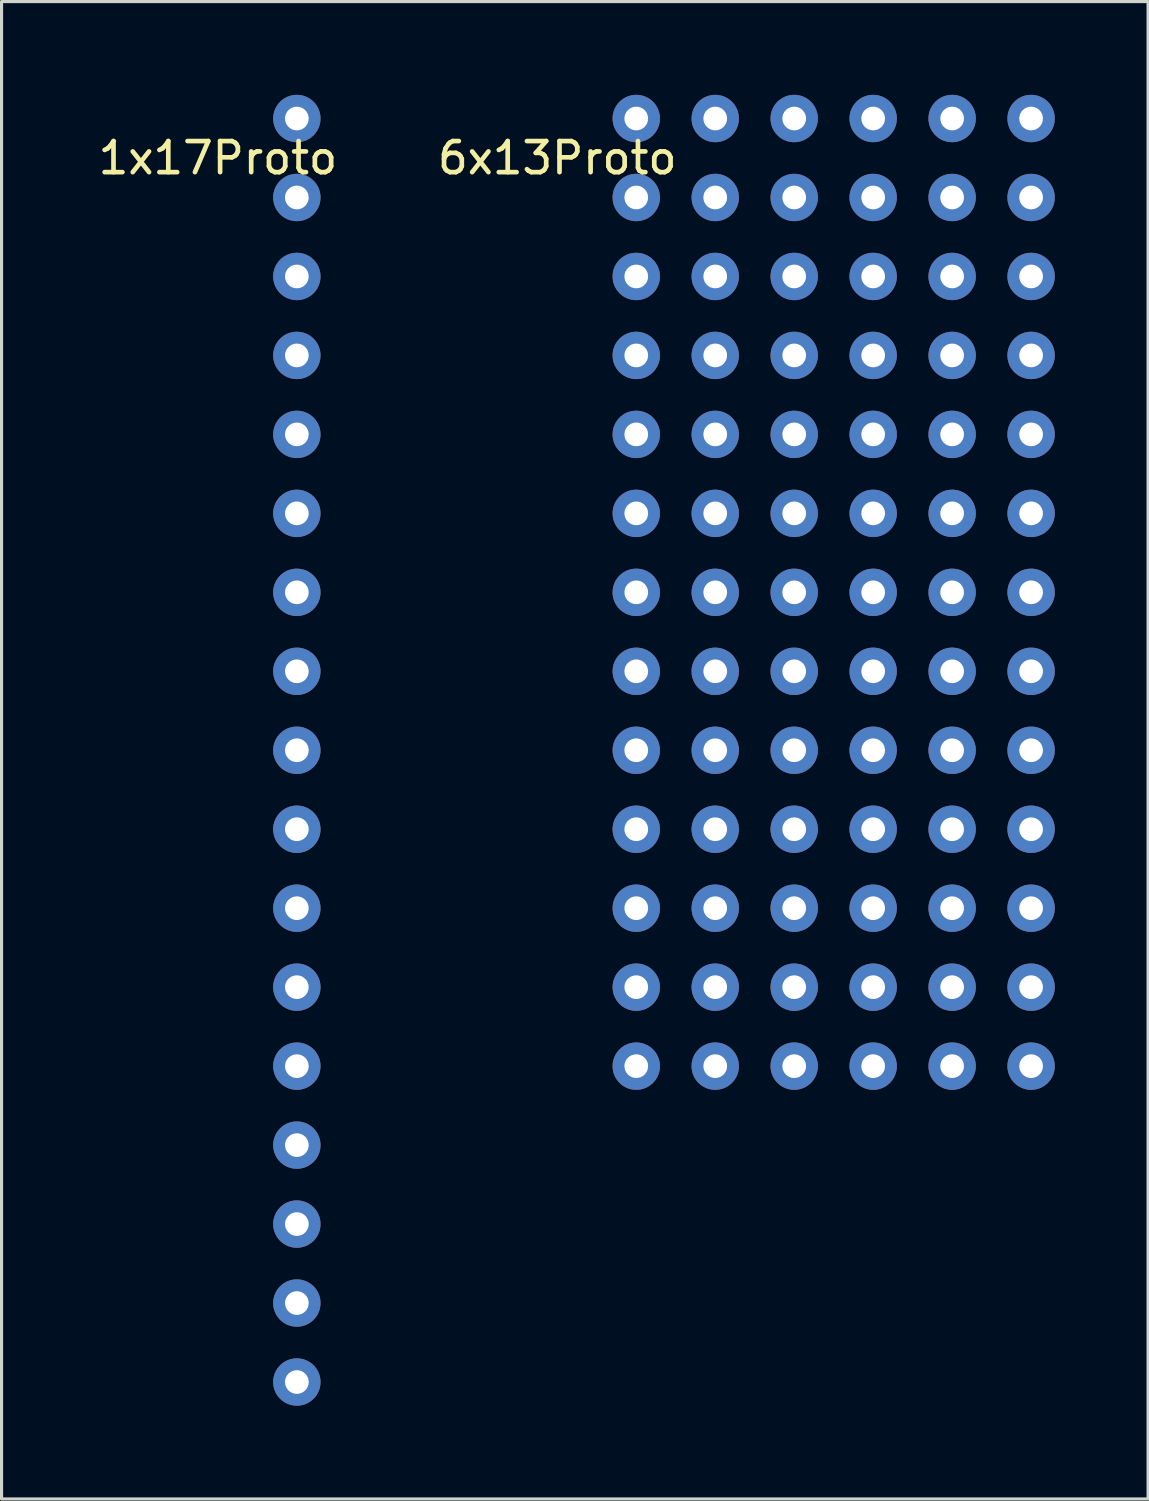
<source format=kicad_pcb>
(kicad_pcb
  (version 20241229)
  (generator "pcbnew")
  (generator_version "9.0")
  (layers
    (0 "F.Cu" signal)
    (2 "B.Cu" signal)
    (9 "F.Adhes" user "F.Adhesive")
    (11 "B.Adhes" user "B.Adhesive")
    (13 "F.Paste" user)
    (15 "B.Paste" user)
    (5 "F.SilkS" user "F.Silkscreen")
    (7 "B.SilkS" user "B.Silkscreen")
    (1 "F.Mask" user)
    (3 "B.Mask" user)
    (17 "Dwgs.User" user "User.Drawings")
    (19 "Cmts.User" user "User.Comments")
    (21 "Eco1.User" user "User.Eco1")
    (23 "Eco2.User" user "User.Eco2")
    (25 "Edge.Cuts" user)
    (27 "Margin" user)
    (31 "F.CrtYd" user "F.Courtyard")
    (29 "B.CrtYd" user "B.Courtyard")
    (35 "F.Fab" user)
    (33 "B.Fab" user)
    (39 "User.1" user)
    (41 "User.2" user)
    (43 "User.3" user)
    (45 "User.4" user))
  (footprint "6x13Proto"
    (layer "F.Cu")
    (at 17.415 0.762)
    (property "Reference" "6x13Proto" (at -2.54 1.27 0) (layer "F.SilkS") (effects (font (size 1 1) (thickness 0.15))))
    (attr through_hole)
    (pad "1" thru_hole circle (at 0 0) (size 1.524 1.524) (drill 0.762) (layers "*.Cu" "*.Mask"))
    (pad "2" thru_hole circle (at 2.54 0) (size 1.524 1.524) (drill 0.762) (layers "*.Cu" "*.Mask"))
    (pad "3" thru_hole circle (at 5.08 0) (size 1.524 1.524) (drill 0.762) (layers "*.Cu" "*.Mask"))
    (pad "4" thru_hole circle (at 7.62 0) (size 1.524 1.524) (drill 0.762) (layers "*.Cu" "*.Mask"))
    (pad "5" thru_hole circle (at 10.16 0) (size 1.524 1.524) (drill 0.762) (layers "*.Cu" "*.Mask"))
    (pad "6" thru_hole circle (at 12.7 0) (size 1.524 1.524) (drill 0.762) (layers "*.Cu" "*.Mask"))
    (pad "7" thru_hole circle (at 0 2.54) (size 1.524 1.524) (drill 0.762) (layers "*.Cu" "*.Mask"))
    (pad "8" thru_hole circle (at 2.54 2.54) (size 1.524 1.524) (drill 0.762) (layers "*.Cu" "*.Mask"))
    (pad "9" thru_hole circle (at 5.08 2.54) (size 1.524 1.524) (drill 0.762) (layers "*.Cu" "*.Mask"))
    (pad "10" thru_hole circle (at 7.62 2.54) (size 1.524 1.524) (drill 0.762) (layers "*.Cu" "*.Mask"))
    (pad "11" thru_hole circle (at 10.16 2.54) (size 1.524 1.524) (drill 0.762) (layers "*.Cu" "*.Mask"))
    (pad "12" thru_hole circle (at 12.7 2.54) (size 1.524 1.524) (drill 0.762) (layers "*.Cu" "*.Mask"))
    (pad "13" thru_hole circle (at 0 5.08) (size 1.524 1.524) (drill 0.762) (layers "*.Cu" "*.Mask"))
    (pad "14" thru_hole circle (at 2.54 5.08) (size 1.524 1.524) (drill 0.762) (layers "*.Cu" "*.Mask"))
    (pad "15" thru_hole circle (at 5.08 5.08) (size 1.524 1.524) (drill 0.762) (layers "*.Cu" "*.Mask"))
    (pad "16" thru_hole circle (at 7.62 5.08) (size 1.524 1.524) (drill 0.762) (layers "*.Cu" "*.Mask"))
    (pad "17" thru_hole circle (at 10.16 5.08) (size 1.524 1.524) (drill 0.762) (layers "*.Cu" "*.Mask"))
    (pad "18" thru_hole circle (at 12.7 5.08) (size 1.524 1.524) (drill 0.762) (layers "*.Cu" "*.Mask"))
    (pad "19" thru_hole circle (at 0 7.62) (size 1.524 1.524) (drill 0.762) (layers "*.Cu" "*.Mask"))
    (pad "20" thru_hole circle (at 2.54 7.62) (size 1.524 1.524) (drill 0.762) (layers "*.Cu" "*.Mask"))
    (pad "21" thru_hole circle (at 5.08 7.62) (size 1.524 1.524) (drill 0.762) (layers "*.Cu" "*.Mask"))
    (pad "22" thru_hole circle (at 7.62 7.62) (size 1.524 1.524) (drill 0.762) (layers "*.Cu" "*.Mask"))
    (pad "23" thru_hole circle (at 10.16 7.62) (size 1.524 1.524) (drill 0.762) (layers "*.Cu" "*.Mask"))
    (pad "24" thru_hole circle (at 12.7 7.62) (size 1.524 1.524) (drill 0.762) (layers "*.Cu" "*.Mask"))
    (pad "25" thru_hole circle (at 0 10.16) (size 1.524 1.524) (drill 0.762) (layers "*.Cu" "*.Mask"))
    (pad "26" thru_hole circle (at 2.54 10.16) (size 1.524 1.524) (drill 0.762) (layers "*.Cu" "*.Mask"))
    (pad "27" thru_hole circle (at 5.08 10.16) (size 1.524 1.524) (drill 0.762) (layers "*.Cu" "*.Mask"))
    (pad "28" thru_hole circle (at 7.62 10.16) (size 1.524 1.524) (drill 0.762) (layers "*.Cu" "*.Mask"))
    (pad "29" thru_hole circle (at 10.16 10.16) (size 1.524 1.524) (drill 0.762) (layers "*.Cu" "*.Mask"))
    (pad "30" thru_hole circle (at 12.7 10.16) (size 1.524 1.524) (drill 0.762) (layers "*.Cu" "*.Mask"))
    (pad "31" thru_hole circle (at 0 12.7) (size 1.524 1.524) (drill 0.762) (layers "*.Cu" "*.Mask"))
    (pad "32" thru_hole circle (at 2.54 12.7) (size 1.524 1.524) (drill 0.762) (layers "*.Cu" "*.Mask"))
    (pad "33" thru_hole circle (at 5.08 12.7) (size 1.524 1.524) (drill 0.762) (layers "*.Cu" "*.Mask"))
    (pad "34" thru_hole circle (at 7.62 12.7) (size 1.524 1.524) (drill 0.762) (layers "*.Cu" "*.Mask"))
    (pad "35" thru_hole circle (at 10.16 12.7) (size 1.524 1.524) (drill 0.762) (layers "*.Cu" "*.Mask"))
    (pad "36" thru_hole circle (at 12.7 12.7) (size 1.524 1.524) (drill 0.762) (layers "*.Cu" "*.Mask"))
    (pad "37" thru_hole circle (at 0 15.24) (size 1.524 1.524) (drill 0.762) (layers "*.Cu" "*.Mask"))
    (pad "38" thru_hole circle (at 2.54 15.24) (size 1.524 1.524) (drill 0.762) (layers "*.Cu" "*.Mask"))
    (pad "39" thru_hole circle (at 5.08 15.24) (size 1.524 1.524) (drill 0.762) (layers "*.Cu" "*.Mask"))
    (pad "40" thru_hole circle (at 7.62 15.24) (size 1.524 1.524) (drill 0.762) (layers "*.Cu" "*.Mask"))
    (pad "41" thru_hole circle (at 10.16 15.24) (size 1.524 1.524) (drill 0.762) (layers "*.Cu" "*.Mask"))
    (pad "42" thru_hole circle (at 12.7 15.24) (size 1.524 1.524) (drill 0.762) (layers "*.Cu" "*.Mask"))
    (pad "43" thru_hole circle (at 0 17.78) (size 1.524 1.524) (drill 0.762) (layers "*.Cu" "*.Mask"))
    (pad "44" thru_hole circle (at 2.54 17.78) (size 1.524 1.524) (drill 0.762) (layers "*.Cu" "*.Mask"))
    (pad "45" thru_hole circle (at 5.08 17.78) (size 1.524 1.524) (drill 0.762) (layers "*.Cu" "*.Mask"))
    (pad "46" thru_hole circle (at 7.62 17.78) (size 1.524 1.524) (drill 0.762) (layers "*.Cu" "*.Mask"))
    (pad "47" thru_hole circle (at 10.16 17.78) (size 1.524 1.524) (drill 0.762) (layers "*.Cu" "*.Mask"))
    (pad "48" thru_hole circle (at 12.7 17.78) (size 1.524 1.524) (drill 0.762) (layers "*.Cu" "*.Mask"))
    (pad "49" thru_hole circle (at 0 20.32) (size 1.524 1.524) (drill 0.762) (layers "*.Cu" "*.Mask"))
    (pad "50" thru_hole circle (at 2.54 20.32) (size 1.524 1.524) (drill 0.762) (layers "*.Cu" "*.Mask"))
    (pad "51" thru_hole circle (at 5.08 20.32) (size 1.524 1.524) (drill 0.762) (layers "*.Cu" "*.Mask"))
    (pad "52" thru_hole circle (at 7.62 20.32) (size 1.524 1.524) (drill 0.762) (layers "*.Cu" "*.Mask"))
    (pad "53" thru_hole circle (at 10.16 20.32) (size 1.524 1.524) (drill 0.762) (layers "*.Cu" "*.Mask"))
    (pad "54" thru_hole circle (at 12.7 20.32) (size 1.524 1.524) (drill 0.762) (layers "*.Cu" "*.Mask"))
    (pad "55" thru_hole circle (at 0 22.86) (size 1.524 1.524) (drill 0.762) (layers "*.Cu" "*.Mask"))
    (pad "56" thru_hole circle (at 2.54 22.86) (size 1.524 1.524) (drill 0.762) (layers "*.Cu" "*.Mask"))
    (pad "57" thru_hole circle (at 5.08 22.86) (size 1.524 1.524) (drill 0.762) (layers "*.Cu" "*.Mask"))
    (pad "58" thru_hole circle (at 7.62 22.86) (size 1.524 1.524) (drill 0.762) (layers "*.Cu" "*.Mask"))
    (pad "59" thru_hole circle (at 10.16 22.86) (size 1.524 1.524) (drill 0.762) (layers "*.Cu" "*.Mask"))
    (pad "60" thru_hole circle (at 12.7 22.86) (size 1.524 1.524) (drill 0.762) (layers "*.Cu" "*.Mask"))
    (pad "61" thru_hole circle (at 0 25.4) (size 1.524 1.524) (drill 0.762) (layers "*.Cu" "*.Mask"))
    (pad "62" thru_hole circle (at 2.54 25.4) (size 1.524 1.524) (drill 0.762) (layers "*.Cu" "*.Mask"))
    (pad "63" thru_hole circle (at 5.08 25.4) (size 1.524 1.524) (drill 0.762) (layers "*.Cu" "*.Mask"))
    (pad "64" thru_hole circle (at 7.62 25.4) (size 1.524 1.524) (drill 0.762) (layers "*.Cu" "*.Mask"))
    (pad "65" thru_hole circle (at 10.16 25.4) (size 1.524 1.524) (drill 0.762) (layers "*.Cu" "*.Mask"))
    (pad "66" thru_hole circle (at 12.7 25.4) (size 1.524 1.524) (drill 0.762) (layers "*.Cu" "*.Mask"))
    (pad "67" thru_hole circle (at 0 27.94) (size 1.524 1.524) (drill 0.762) (layers "*.Cu" "*.Mask"))
    (pad "68" thru_hole circle (at 2.54 27.94) (size 1.524 1.524) (drill 0.762) (layers "*.Cu" "*.Mask"))
    (pad "69" thru_hole circle (at 5.08 27.94) (size 1.524 1.524) (drill 0.762) (layers "*.Cu" "*.Mask"))
    (pad "70" thru_hole circle (at 7.62 27.94) (size 1.524 1.524) (drill 0.762) (layers "*.Cu" "*.Mask"))
    (pad "71" thru_hole circle (at 10.16 27.94) (size 1.524 1.524) (drill 0.762) (layers "*.Cu" "*.Mask"))
    (pad "72" thru_hole circle (at 12.7 27.94) (size 1.524 1.524) (drill 0.762) (layers "*.Cu" "*.Mask"))
    (pad "73" thru_hole circle (at 0 30.48) (size 1.524 1.524) (drill 0.762) (layers "*.Cu" "*.Mask"))
    (pad "74" thru_hole circle (at 2.54 30.48) (size 1.524 1.524) (drill 0.762) (layers "*.Cu" "*.Mask"))
    (pad "75" thru_hole circle (at 5.08 30.48) (size 1.524 1.524) (drill 0.762) (layers "*.Cu" "*.Mask"))
    (pad "76" thru_hole circle (at 7.62 30.48) (size 1.524 1.524) (drill 0.762) (layers "*.Cu" "*.Mask"))
    (pad "77" thru_hole circle (at 10.16 30.48) (size 1.524 1.524) (drill 0.762) (layers "*.Cu" "*.Mask"))
    (pad "78" thru_hole circle (at 12.7 30.48) (size 1.524 1.524) (drill 0.762) (layers "*.Cu" "*.Mask")))
  (footprint "1x17Proto"
    (layer "F.Cu")
    (at 6.498 0.762)
    (property "Reference" "1x17Proto" (at -2.54 1.27 0) (layer "F.SilkS") (effects (font (size 1 1) (thickness 0.15))))
    (attr through_hole)
    (pad "1" thru_hole circle (at 0 0) (size 1.524 1.524) (drill 0.762) (layers "*.Cu" "*.Mask"))
    (pad "2" thru_hole circle (at 0 2.54) (size 1.524 1.524) (drill 0.762) (layers "*.Cu" "*.Mask"))
    (pad "3" thru_hole circle (at 0 5.08) (size 1.524 1.524) (drill 0.762) (layers "*.Cu" "*.Mask"))
    (pad "4" thru_hole circle (at 0 7.62) (size 1.524 1.524) (drill 0.762) (layers "*.Cu" "*.Mask"))
    (pad "5" thru_hole circle (at 0 10.16) (size 1.524 1.524) (drill 0.762) (layers "*.Cu" "*.Mask"))
    (pad "6" thru_hole circle (at 0 12.7) (size 1.524 1.524) (drill 0.762) (layers "*.Cu" "*.Mask"))
    (pad "7" thru_hole circle (at 0 15.24) (size 1.524 1.524) (drill 0.762) (layers "*.Cu" "*.Mask"))
    (pad "8" thru_hole circle (at 0 17.78) (size 1.524 1.524) (drill 0.762) (layers "*.Cu" "*.Mask"))
    (pad "9" thru_hole circle (at 0 20.32) (size 1.524 1.524) (drill 0.762) (layers "*.Cu" "*.Mask"))
    (pad "10" thru_hole circle (at 0 22.86) (size 1.524 1.524) (drill 0.762) (layers "*.Cu" "*.Mask"))
    (pad "11" thru_hole circle (at 0 25.4) (size 1.524 1.524) (drill 0.762) (layers "*.Cu" "*.Mask"))
    (pad "12" thru_hole circle (at 0 27.94) (size 1.524 1.524) (drill 0.762) (layers "*.Cu" "*.Mask"))
    (pad "13" thru_hole circle (at 0 30.48) (size 1.524 1.524) (drill 0.762) (layers "*.Cu" "*.Mask"))
    (pad "14" thru_hole circle (at 0 33.02) (size 1.524 1.524) (drill 0.762) (layers "*.Cu" "*.Mask"))
    (pad "15" thru_hole circle (at 0 35.56) (size 1.524 1.524) (drill 0.762) (layers "*.Cu" "*.Mask"))
    (pad "16" thru_hole circle (at 0 38.1) (size 1.524 1.524) (drill 0.762) (layers "*.Cu" "*.Mask"))
    (pad "17" thru_hole circle (at 0 40.64) (size 1.524 1.524) (drill 0.762) (layers "*.Cu" "*.Mask")))
  (gr_rect
    (start -3 -3)
    (end 33.877 45.164)
    (stroke (width 0.1) (type default))
    (fill no)
    (layer "Edge.Cuts")))
</source>
